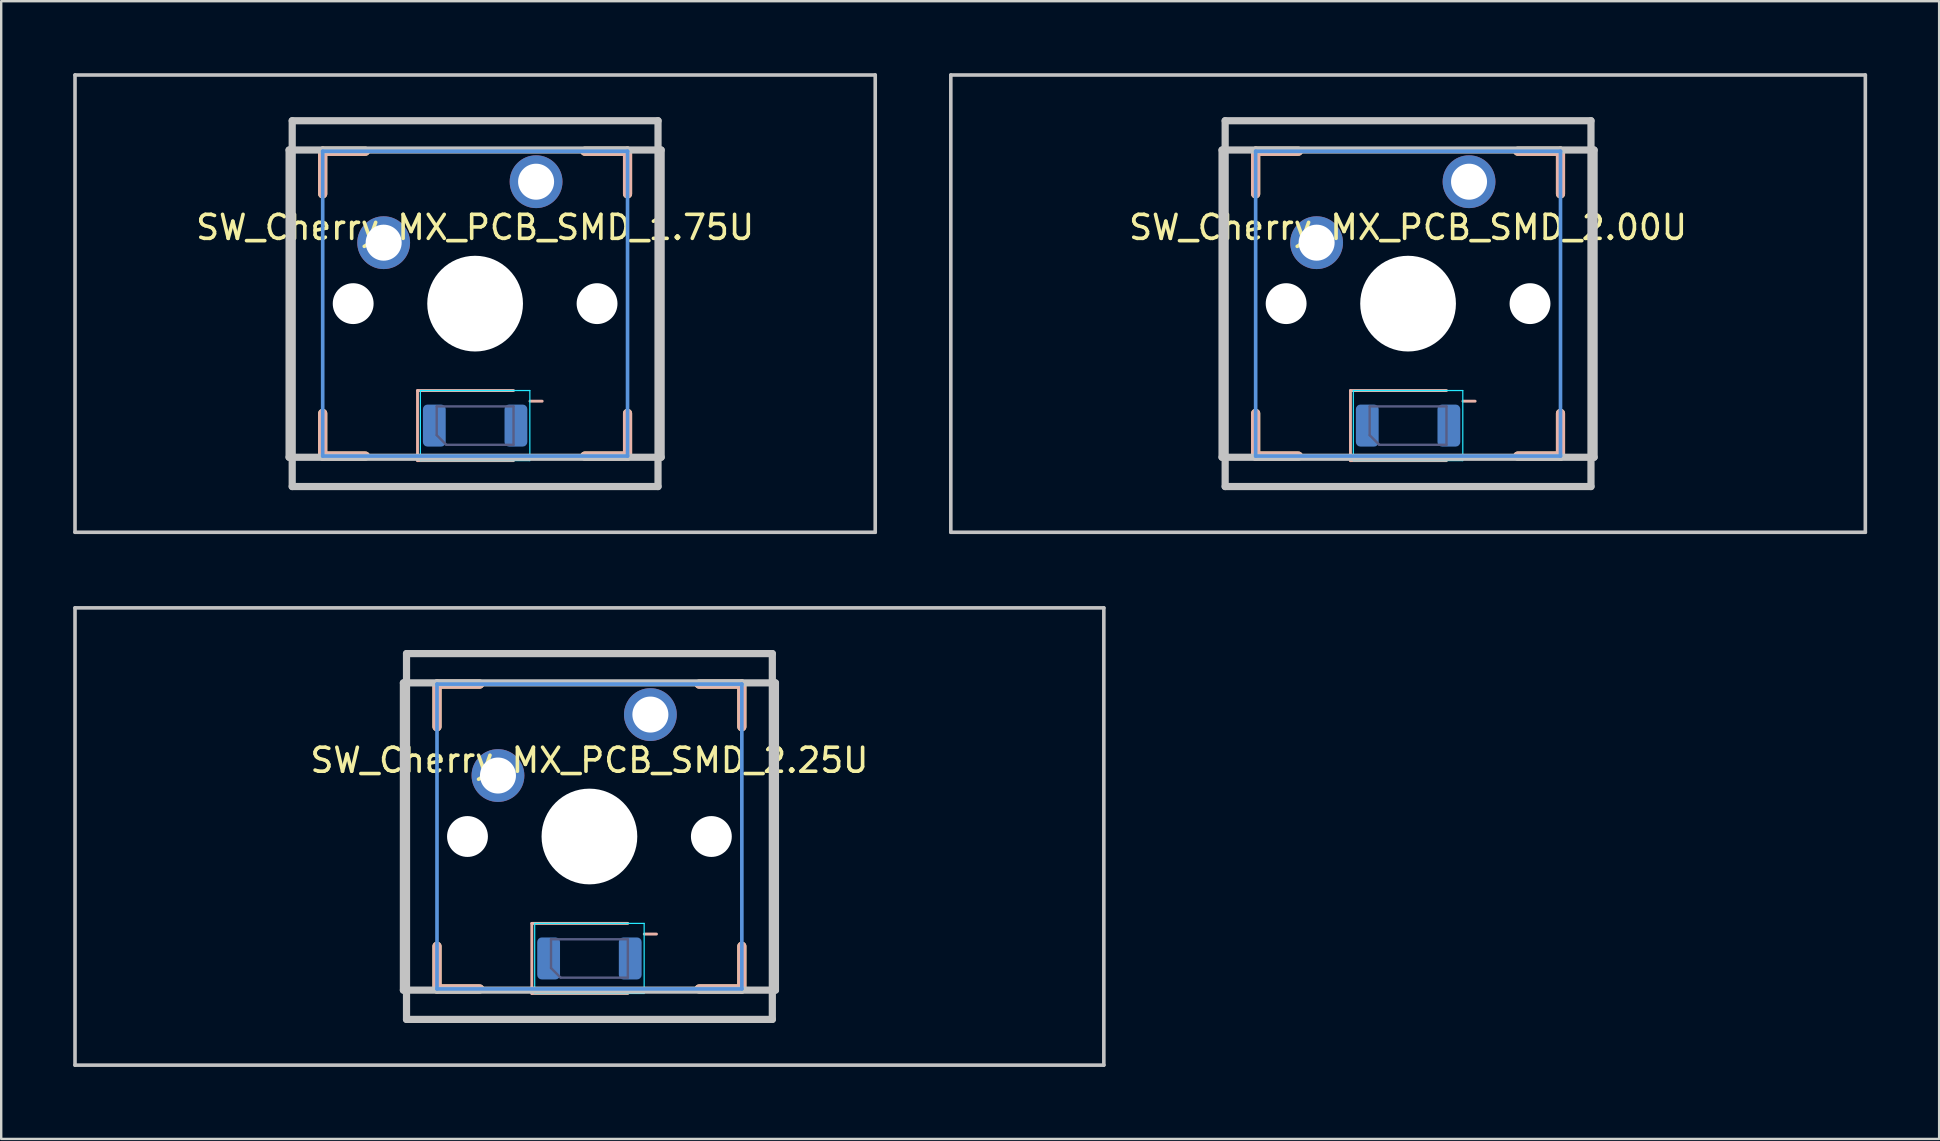
<source format=kicad_pcb>
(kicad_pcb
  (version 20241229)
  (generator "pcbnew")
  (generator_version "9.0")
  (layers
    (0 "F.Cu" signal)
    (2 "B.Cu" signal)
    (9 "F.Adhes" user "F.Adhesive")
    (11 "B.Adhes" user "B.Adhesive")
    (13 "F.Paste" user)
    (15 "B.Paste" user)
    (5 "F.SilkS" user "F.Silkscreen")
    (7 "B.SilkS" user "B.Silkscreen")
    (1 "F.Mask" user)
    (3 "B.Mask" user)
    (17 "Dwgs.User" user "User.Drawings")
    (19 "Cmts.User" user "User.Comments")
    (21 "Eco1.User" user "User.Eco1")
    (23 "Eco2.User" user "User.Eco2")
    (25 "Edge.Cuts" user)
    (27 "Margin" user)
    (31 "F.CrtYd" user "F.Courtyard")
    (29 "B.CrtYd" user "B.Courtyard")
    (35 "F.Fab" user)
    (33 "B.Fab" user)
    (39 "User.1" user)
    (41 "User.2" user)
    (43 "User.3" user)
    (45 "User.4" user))
  (footprint "SW_Cherry_MX_PCB_SMD_2.00U"
    (layer "F.Cu")
    (at 55.612 9.6)
    (property "Reference" "SW_Cherry_MX_PCB_SMD_2.00U" (at 0 -3.175 0) (layer "F.SilkS") (effects (font (size 1 1) (thickness 0.15))))
    (attr exclude_from_pos_files exclude_from_bom)
    (fp_line (start -6.35 -6.35) (end -4.572 -6.35) (stroke (width 0.381) (type solid)) (layer "F.SilkS"))
    (fp_line (start -6.35 -4.572) (end -6.35 -6.35) (stroke (width 0.381) (type solid)) (layer "F.SilkS"))
    (fp_line (start -6.35 6.35) (end -6.35 4.572) (stroke (width 0.381) (type solid)) (layer "F.SilkS"))
    (fp_line (start -4.572 6.35) (end -6.35 6.35) (stroke (width 0.381) (type solid)) (layer "F.SilkS"))
    (fp_line (start 4.572 -6.35) (end 6.35 -6.35) (stroke (width 0.381) (type solid)) (layer "F.SilkS"))
    (fp_line (start 6.35 -6.35) (end 6.35 -4.572) (stroke (width 0.381) (type solid)) (layer "F.SilkS"))
    (fp_line (start 6.35 4.572) (end 6.35 6.35) (stroke (width 0.381) (type solid)) (layer "F.SilkS"))
    (fp_line (start 6.35 6.35) (end 4.572 6.35) (stroke (width 0.381) (type solid)) (layer "F.SilkS"))
    (fp_line (start -6.35 -6.35) (end -6.35 -4.572) (stroke (width 0.381) (type solid)) (layer "B.SilkS"))
    (fp_line (start -6.35 4.572) (end -6.35 6.35) (stroke (width 0.381) (type solid)) (layer "B.SilkS"))
    (fp_line (start -6.35 6.35) (end -4.572 6.35) (stroke (width 0.381) (type solid)) (layer "B.SilkS"))
    (fp_line (start -4.572 -6.35) (end -6.35 -6.35) (stroke (width 0.381) (type solid)) (layer "B.SilkS"))
    (fp_line (start -2.4 3.62) (end 1.6 3.62) (stroke (width 0.12) (type solid)) (layer "B.SilkS"))
    (fp_line (start -2.4 6.54) (end -2.4 3.62) (stroke (width 0.12) (type solid)) (layer "B.SilkS"))
    (fp_line (start 1.6 6.54) (end -2.4 6.54) (stroke (width 0.12) (type solid)) (layer "B.SilkS"))
    (fp_line (start 2.286 4.064) (end 2.794 4.064) (stroke (width 0.12) (type solid)) (layer "B.SilkS"))
    (fp_line (start 4.572 6.35) (end 6.35 6.35) (stroke (width 0.381) (type solid)) (layer "B.SilkS"))
    (fp_line (start 6.35 -6.35) (end 4.572 -6.35) (stroke (width 0.381) (type solid)) (layer "B.SilkS"))
    (fp_line (start 6.35 -4.572) (end 6.35 -6.35) (stroke (width 0.381) (type solid)) (layer "B.SilkS"))
    (fp_line (start 6.35 6.35) (end 6.35 4.572) (stroke (width 0.381) (type solid)) (layer "B.SilkS"))
    (fp_line (start -19.05 -9.525) (end 19.05 -9.525) (stroke (width 0.15) (type solid)) (layer "Dwgs.User"))
    (fp_line (start -19.05 9.525) (end -19.05 -9.525) (stroke (width 0.15) (type solid)) (layer "Dwgs.User"))
    (fp_line (start -7.75 6.4) (end -7.75 -6.4) (stroke (width 0.3) (type solid)) (layer "Dwgs.User"))
    (fp_line (start -7.75 6.4) (end 7.75 6.4) (stroke (width 0.3) (type solid)) (layer "Dwgs.User"))
    (fp_line (start -7.62 -7.62) (end 7.62 -7.62) (stroke (width 0.3) (type solid)) (layer "Dwgs.User"))
    (fp_line (start -7.62 7.62) (end -7.62 -7.62) (stroke (width 0.3) (type solid)) (layer "Dwgs.User"))
    (fp_line (start 7.62 -7.62) (end 7.62 7.62) (stroke (width 0.3) (type solid)) (layer "Dwgs.User"))
    (fp_line (start 7.62 7.62) (end -7.62 7.62) (stroke (width 0.3) (type solid)) (layer "Dwgs.User"))
    (fp_line (start 7.75 -6.4) (end -7.75 -6.4) (stroke (width 0.3) (type solid)) (layer "Dwgs.User"))
    (fp_line (start 7.75 6.4) (end 7.75 -6.4) (stroke (width 0.3) (type solid)) (layer "Dwgs.User"))
    (fp_line (start 19.05 -9.525) (end 19.05 9.525) (stroke (width 0.15) (type solid)) (layer "Dwgs.User"))
    (fp_line (start 19.05 9.525) (end -19.05 9.525) (stroke (width 0.15) (type solid)) (layer "Dwgs.User"))
    (fp_line (start -6.35 -6.35) (end 6.35 -6.35) (stroke (width 0.152) (type solid)) (layer "Cmts.User"))
    (fp_line (start -6.35 6.35) (end -6.35 -6.35) (stroke (width 0.152) (type solid)) (layer "Cmts.User"))
    (fp_line (start 6.35 -6.35) (end 6.35 6.35) (stroke (width 0.152) (type solid)) (layer "Cmts.User"))
    (fp_line (start 6.35 6.35) (end -6.35 6.35) (stroke (width 0.152) (type solid)) (layer "Cmts.User"))
    (fp_line (start -6.985 -6.985) (end 6.985 -6.985) (stroke (width 0.152) (type solid)) (layer "Eco2.User"))
    (fp_line (start -6.985 6.985) (end -6.985 -6.985) (stroke (width 0.152) (type solid)) (layer "Eco2.User"))
    (fp_line (start 6.985 -6.985) (end 6.985 6.985) (stroke (width 0.152) (type solid)) (layer "Eco2.User"))
    (fp_line (start 6.985 6.985) (end -6.985 6.985) (stroke (width 0.152) (type solid)) (layer "Eco2.User"))
    (fp_line (start -2.28 3.62) (end -2.28 6.54) (stroke (width 0.05) (type solid)) (layer "B.CrtYd"))
    (fp_line (start -2.28 6.54) (end 2.28 6.54) (stroke (width 0.05) (type solid)) (layer "B.CrtYd"))
    (fp_line (start 2.28 3.62) (end -2.28 3.62) (stroke (width 0.05) (type solid)) (layer "B.CrtYd"))
    (fp_line (start 2.28 6.54) (end 2.28 3.62) (stroke (width 0.05) (type solid)) (layer "B.CrtYd"))
    (fp_line (start -1.6 4.28) (end 1.6 4.28) (stroke (width 0.1) (type solid)) (layer "B.Fab"))
    (fp_line (start -1.6 5.48) (end -1.6 4.28) (stroke (width 0.1) (type solid)) (layer "B.Fab"))
    (fp_line (start -1.2 5.88) (end -1.6 5.48) (stroke (width 0.1) (type solid)) (layer "B.Fab"))
    (fp_line (start 1.6 4.28) (end 1.6 5.88) (stroke (width 0.1) (type solid)) (layer "B.Fab"))
    (fp_line (start 1.6 5.88) (end -1.2 5.88) (stroke (width 0.1) (type solid)) (layer "B.Fab"))
    (pad "" np_thru_hole circle (at -5.08 0) (size 1.702 1.702) (drill 1.702) (layers "*.Cu" "*.Mask"))
    (pad "" np_thru_hole circle (at 0 0) (size 3.988 3.988) (drill 3.988) (layers "*.Cu" "*.Mask"))
    (pad "" np_thru_hole circle (at 5.08 0) (size 1.702 1.702) (drill 1.702) (layers "*.Cu" "*.Mask"))
    (pad "1" thru_hole circle (at -3.81 -2.54) (size 2.2 2.2) (drill 1.5) (layers "*.Cu" "*.Mask"))
    (pad "2" thru_hole circle (at 2.54 -5.08) (size 2.2 2.2) (drill 1.5) (layers "*.Cu" "*.Mask"))
    (pad "3" smd roundrect (at 1.7 5.08) (size 0.95 1.75) (layers "B.Cu" "B.Mask" "B.Paste") (roundrect_rratio 0.2))
    (pad "4" smd roundrect (at -1.7 5.08) (size 0.95 1.75) (layers "B.Cu" "B.Mask" "B.Paste") (roundrect_rratio 0.2)))
  (footprint "SW_Cherry_MX_PCB_SMD_2.25U"
    (layer "F.Cu")
    (at 21.506 31.8)
    (property "Reference" "SW_Cherry_MX_PCB_SMD_2.25U" (at 0 -3.175 0) (layer "F.SilkS") (effects (font (size 1 1) (thickness 0.15))))
    (attr exclude_from_pos_files exclude_from_bom)
    (fp_line (start -6.35 -6.35) (end -4.572 -6.35) (stroke (width 0.381) (type solid)) (layer "F.SilkS"))
    (fp_line (start -6.35 -4.572) (end -6.35 -6.35) (stroke (width 0.381) (type solid)) (layer "F.SilkS"))
    (fp_line (start -6.35 6.35) (end -6.35 4.572) (stroke (width 0.381) (type solid)) (layer "F.SilkS"))
    (fp_line (start -4.572 6.35) (end -6.35 6.35) (stroke (width 0.381) (type solid)) (layer "F.SilkS"))
    (fp_line (start 4.572 -6.35) (end 6.35 -6.35) (stroke (width 0.381) (type solid)) (layer "F.SilkS"))
    (fp_line (start 6.35 -6.35) (end 6.35 -4.572) (stroke (width 0.381) (type solid)) (layer "F.SilkS"))
    (fp_line (start 6.35 4.572) (end 6.35 6.35) (stroke (width 0.381) (type solid)) (layer "F.SilkS"))
    (fp_line (start 6.35 6.35) (end 4.572 6.35) (stroke (width 0.381) (type solid)) (layer "F.SilkS"))
    (fp_line (start -6.35 -6.35) (end -6.35 -4.572) (stroke (width 0.381) (type solid)) (layer "B.SilkS"))
    (fp_line (start -6.35 4.572) (end -6.35 6.35) (stroke (width 0.381) (type solid)) (layer "B.SilkS"))
    (fp_line (start -6.35 6.35) (end -4.572 6.35) (stroke (width 0.381) (type solid)) (layer "B.SilkS"))
    (fp_line (start -4.572 -6.35) (end -6.35 -6.35) (stroke (width 0.381) (type solid)) (layer "B.SilkS"))
    (fp_line (start -2.4 3.62) (end 1.6 3.62) (stroke (width 0.12) (type solid)) (layer "B.SilkS"))
    (fp_line (start -2.4 6.54) (end -2.4 3.62) (stroke (width 0.12) (type solid)) (layer "B.SilkS"))
    (fp_line (start 1.6 6.54) (end -2.4 6.54) (stroke (width 0.12) (type solid)) (layer "B.SilkS"))
    (fp_line (start 2.286 4.064) (end 2.794 4.064) (stroke (width 0.12) (type solid)) (layer "B.SilkS"))
    (fp_line (start 4.572 6.35) (end 6.35 6.35) (stroke (width 0.381) (type solid)) (layer "B.SilkS"))
    (fp_line (start 6.35 -6.35) (end 4.572 -6.35) (stroke (width 0.381) (type solid)) (layer "B.SilkS"))
    (fp_line (start 6.35 -4.572) (end 6.35 -6.35) (stroke (width 0.381) (type solid)) (layer "B.SilkS"))
    (fp_line (start 6.35 6.35) (end 6.35 4.572) (stroke (width 0.381) (type solid)) (layer "B.SilkS"))
    (fp_line (start -21.431 -9.525) (end 21.431 -9.525) (stroke (width 0.15) (type solid)) (layer "Dwgs.User"))
    (fp_line (start -21.431 9.525) (end -21.431 -9.525) (stroke (width 0.15) (type solid)) (layer "Dwgs.User"))
    (fp_line (start -7.75 6.4) (end -7.75 -6.4) (stroke (width 0.3) (type solid)) (layer "Dwgs.User"))
    (fp_line (start -7.75 6.4) (end 7.75 6.4) (stroke (width 0.3) (type solid)) (layer "Dwgs.User"))
    (fp_line (start -7.62 -7.62) (end 7.62 -7.62) (stroke (width 0.3) (type solid)) (layer "Dwgs.User"))
    (fp_line (start -7.62 7.62) (end -7.62 -7.62) (stroke (width 0.3) (type solid)) (layer "Dwgs.User"))
    (fp_line (start 7.62 -7.62) (end 7.62 7.62) (stroke (width 0.3) (type solid)) (layer "Dwgs.User"))
    (fp_line (start 7.62 7.62) (end -7.62 7.62) (stroke (width 0.3) (type solid)) (layer "Dwgs.User"))
    (fp_line (start 7.75 -6.4) (end -7.75 -6.4) (stroke (width 0.3) (type solid)) (layer "Dwgs.User"))
    (fp_line (start 7.75 6.4) (end 7.75 -6.4) (stroke (width 0.3) (type solid)) (layer "Dwgs.User"))
    (fp_line (start 21.431 -9.525) (end 21.431 9.525) (stroke (width 0.15) (type solid)) (layer "Dwgs.User"))
    (fp_line (start 21.431 9.525) (end -21.431 9.525) (stroke (width 0.15) (type solid)) (layer "Dwgs.User"))
    (fp_line (start -6.35 -6.35) (end 6.35 -6.35) (stroke (width 0.152) (type solid)) (layer "Cmts.User"))
    (fp_line (start -6.35 6.35) (end -6.35 -6.35) (stroke (width 0.152) (type solid)) (layer "Cmts.User"))
    (fp_line (start 6.35 -6.35) (end 6.35 6.35) (stroke (width 0.152) (type solid)) (layer "Cmts.User"))
    (fp_line (start 6.35 6.35) (end -6.35 6.35) (stroke (width 0.152) (type solid)) (layer "Cmts.User"))
    (fp_line (start -6.985 -6.985) (end 6.985 -6.985) (stroke (width 0.152) (type solid)) (layer "Eco2.User"))
    (fp_line (start -6.985 6.985) (end -6.985 -6.985) (stroke (width 0.152) (type solid)) (layer "Eco2.User"))
    (fp_line (start 6.985 -6.985) (end 6.985 6.985) (stroke (width 0.152) (type solid)) (layer "Eco2.User"))
    (fp_line (start 6.985 6.985) (end -6.985 6.985) (stroke (width 0.152) (type solid)) (layer "Eco2.User"))
    (fp_line (start -2.28 3.62) (end -2.28 6.54) (stroke (width 0.05) (type solid)) (layer "B.CrtYd"))
    (fp_line (start -2.28 6.54) (end 2.28 6.54) (stroke (width 0.05) (type solid)) (layer "B.CrtYd"))
    (fp_line (start 2.28 3.62) (end -2.28 3.62) (stroke (width 0.05) (type solid)) (layer "B.CrtYd"))
    (fp_line (start 2.28 6.54) (end 2.28 3.62) (stroke (width 0.05) (type solid)) (layer "B.CrtYd"))
    (fp_line (start -1.6 4.28) (end 1.6 4.28) (stroke (width 0.1) (type solid)) (layer "B.Fab"))
    (fp_line (start -1.6 5.48) (end -1.6 4.28) (stroke (width 0.1) (type solid)) (layer "B.Fab"))
    (fp_line (start -1.2 5.88) (end -1.6 5.48) (stroke (width 0.1) (type solid)) (layer "B.Fab"))
    (fp_line (start 1.6 4.28) (end 1.6 5.88) (stroke (width 0.1) (type solid)) (layer "B.Fab"))
    (fp_line (start 1.6 5.88) (end -1.2 5.88) (stroke (width 0.1) (type solid)) (layer "B.Fab"))
    (pad "" np_thru_hole circle (at -5.08 0) (size 1.702 1.702) (drill 1.702) (layers "*.Cu" "*.Mask"))
    (pad "" np_thru_hole circle (at 0 0) (size 3.988 3.988) (drill 3.988) (layers "*.Cu" "*.Mask"))
    (pad "" np_thru_hole circle (at 5.08 0) (size 1.702 1.702) (drill 1.702) (layers "*.Cu" "*.Mask"))
    (pad "1" thru_hole circle (at -3.81 -2.54) (size 2.2 2.2) (drill 1.5) (layers "*.Cu" "*.Mask"))
    (pad "2" thru_hole circle (at 2.54 -5.08) (size 2.2 2.2) (drill 1.5) (layers "*.Cu" "*.Mask"))
    (pad "3" smd roundrect (at 1.7 5.08) (size 0.95 1.75) (layers "B.Cu" "B.Mask" "B.Paste") (roundrect_rratio 0.2))
    (pad "4" smd roundrect (at -1.7 5.08) (size 0.95 1.75) (layers "B.Cu" "B.Mask" "B.Paste") (roundrect_rratio 0.2)))
  (footprint "SW_Cherry_MX_PCB_SMD_1.75U"
    (layer "F.Cu")
    (at 16.744 9.6)
    (property "Reference" "SW_Cherry_MX_PCB_SMD_1.75U" (at 0 -3.175 0) (layer "F.SilkS") (effects (font (size 1 1) (thickness 0.15))))
    (attr exclude_from_pos_files exclude_from_bom)
    (fp_line (start -6.35 -6.35) (end -4.572 -6.35) (stroke (width 0.381) (type solid)) (layer "F.SilkS"))
    (fp_line (start -6.35 -4.572) (end -6.35 -6.35) (stroke (width 0.381) (type solid)) (layer "F.SilkS"))
    (fp_line (start -6.35 6.35) (end -6.35 4.572) (stroke (width 0.381) (type solid)) (layer "F.SilkS"))
    (fp_line (start -4.572 6.35) (end -6.35 6.35) (stroke (width 0.381) (type solid)) (layer "F.SilkS"))
    (fp_line (start 4.572 -6.35) (end 6.35 -6.35) (stroke (width 0.381) (type solid)) (layer "F.SilkS"))
    (fp_line (start 6.35 -6.35) (end 6.35 -4.572) (stroke (width 0.381) (type solid)) (layer "F.SilkS"))
    (fp_line (start 6.35 4.572) (end 6.35 6.35) (stroke (width 0.381) (type solid)) (layer "F.SilkS"))
    (fp_line (start 6.35 6.35) (end 4.572 6.35) (stroke (width 0.381) (type solid)) (layer "F.SilkS"))
    (fp_line (start -6.35 -6.35) (end -6.35 -4.572) (stroke (width 0.381) (type solid)) (layer "B.SilkS"))
    (fp_line (start -6.35 4.572) (end -6.35 6.35) (stroke (width 0.381) (type solid)) (layer "B.SilkS"))
    (fp_line (start -6.35 6.35) (end -4.572 6.35) (stroke (width 0.381) (type solid)) (layer "B.SilkS"))
    (fp_line (start -4.572 -6.35) (end -6.35 -6.35) (stroke (width 0.381) (type solid)) (layer "B.SilkS"))
    (fp_line (start -2.4 3.62) (end 1.6 3.62) (stroke (width 0.12) (type solid)) (layer "B.SilkS"))
    (fp_line (start -2.4 6.54) (end -2.4 3.62) (stroke (width 0.12) (type solid)) (layer "B.SilkS"))
    (fp_line (start 1.6 6.54) (end -2.4 6.54) (stroke (width 0.12) (type solid)) (layer "B.SilkS"))
    (fp_line (start 2.286 4.064) (end 2.794 4.064) (stroke (width 0.12) (type solid)) (layer "B.SilkS"))
    (fp_line (start 4.572 6.35) (end 6.35 6.35) (stroke (width 0.381) (type solid)) (layer "B.SilkS"))
    (fp_line (start 6.35 -6.35) (end 4.572 -6.35) (stroke (width 0.381) (type solid)) (layer "B.SilkS"))
    (fp_line (start 6.35 -4.572) (end 6.35 -6.35) (stroke (width 0.381) (type solid)) (layer "B.SilkS"))
    (fp_line (start 6.35 6.35) (end 6.35 4.572) (stroke (width 0.381) (type solid)) (layer "B.SilkS"))
    (fp_line (start -16.669 -9.525) (end 16.669 -9.525) (stroke (width 0.15) (type solid)) (layer "Dwgs.User"))
    (fp_line (start -16.669 9.525) (end -16.669 -9.525) (stroke (width 0.15) (type solid)) (layer "Dwgs.User"))
    (fp_line (start -7.75 6.4) (end -7.75 -6.4) (stroke (width 0.3) (type solid)) (layer "Dwgs.User"))
    (fp_line (start -7.75 6.4) (end 7.75 6.4) (stroke (width 0.3) (type solid)) (layer "Dwgs.User"))
    (fp_line (start -7.62 -7.62) (end 7.62 -7.62) (stroke (width 0.3) (type solid)) (layer "Dwgs.User"))
    (fp_line (start -7.62 7.62) (end -7.62 -7.62) (stroke (width 0.3) (type solid)) (layer "Dwgs.User"))
    (fp_line (start 7.62 -7.62) (end 7.62 7.62) (stroke (width 0.3) (type solid)) (layer "Dwgs.User"))
    (fp_line (start 7.62 7.62) (end -7.62 7.62) (stroke (width 0.3) (type solid)) (layer "Dwgs.User"))
    (fp_line (start 7.75 -6.4) (end -7.75 -6.4) (stroke (width 0.3) (type solid)) (layer "Dwgs.User"))
    (fp_line (start 7.75 6.4) (end 7.75 -6.4) (stroke (width 0.3) (type solid)) (layer "Dwgs.User"))
    (fp_line (start 16.669 -9.525) (end 16.669 9.525) (stroke (width 0.15) (type solid)) (layer "Dwgs.User"))
    (fp_line (start 16.669 9.525) (end -16.669 9.525) (stroke (width 0.15) (type solid)) (layer "Dwgs.User"))
    (fp_line (start -6.35 -6.35) (end 6.35 -6.35) (stroke (width 0.152) (type solid)) (layer "Cmts.User"))
    (fp_line (start -6.35 6.35) (end -6.35 -6.35) (stroke (width 0.152) (type solid)) (layer "Cmts.User"))
    (fp_line (start 6.35 -6.35) (end 6.35 6.35) (stroke (width 0.152) (type solid)) (layer "Cmts.User"))
    (fp_line (start 6.35 6.35) (end -6.35 6.35) (stroke (width 0.152) (type solid)) (layer "Cmts.User"))
    (fp_line (start -6.985 -6.985) (end 6.985 -6.985) (stroke (width 0.152) (type solid)) (layer "Eco2.User"))
    (fp_line (start -6.985 6.985) (end -6.985 -6.985) (stroke (width 0.152) (type solid)) (layer "Eco2.User"))
    (fp_line (start 6.985 -6.985) (end 6.985 6.985) (stroke (width 0.152) (type solid)) (layer "Eco2.User"))
    (fp_line (start 6.985 6.985) (end -6.985 6.985) (stroke (width 0.152) (type solid)) (layer "Eco2.User"))
    (fp_line (start -2.28 3.62) (end -2.28 6.54) (stroke (width 0.05) (type solid)) (layer "B.CrtYd"))
    (fp_line (start -2.28 6.54) (end 2.28 6.54) (stroke (width 0.05) (type solid)) (layer "B.CrtYd"))
    (fp_line (start 2.28 3.62) (end -2.28 3.62) (stroke (width 0.05) (type solid)) (layer "B.CrtYd"))
    (fp_line (start 2.28 6.54) (end 2.28 3.62) (stroke (width 0.05) (type solid)) (layer "B.CrtYd"))
    (fp_line (start -1.6 4.28) (end 1.6 4.28) (stroke (width 0.1) (type solid)) (layer "B.Fab"))
    (fp_line (start -1.6 5.48) (end -1.6 4.28) (stroke (width 0.1) (type solid)) (layer "B.Fab"))
    (fp_line (start -1.2 5.88) (end -1.6 5.48) (stroke (width 0.1) (type solid)) (layer "B.Fab"))
    (fp_line (start 1.6 4.28) (end 1.6 5.88) (stroke (width 0.1) (type solid)) (layer "B.Fab"))
    (fp_line (start 1.6 5.88) (end -1.2 5.88) (stroke (width 0.1) (type solid)) (layer "B.Fab"))
    (pad "" np_thru_hole circle (at -5.08 0) (size 1.702 1.702) (drill 1.702) (layers "*.Cu" "*.Mask"))
    (pad "" np_thru_hole circle (at 0 0) (size 3.988 3.988) (drill 3.988) (layers "*.Cu" "*.Mask"))
    (pad "" np_thru_hole circle (at 5.08 0) (size 1.702 1.702) (drill 1.702) (layers "*.Cu" "*.Mask"))
    (pad "1" thru_hole circle (at -3.81 -2.54) (size 2.2 2.2) (drill 1.5) (layers "*.Cu" "*.Mask"))
    (pad "2" thru_hole circle (at 2.54 -5.08) (size 2.2 2.2) (drill 1.5) (layers "*.Cu" "*.Mask"))
    (pad "3" smd roundrect (at 1.7 5.08) (size 0.95 1.75) (layers "B.Cu" "B.Mask" "B.Paste") (roundrect_rratio 0.2))
    (pad "4" smd roundrect (at -1.7 5.08) (size 0.95 1.75) (layers "B.Cu" "B.Mask" "B.Paste") (roundrect_rratio 0.2)))
  (gr_rect
    (start -3 -3)
    (end 77.737 44.4)
    (stroke (width 0.1) (type default))
    (fill no)
    (layer "Edge.Cuts")))
</source>
